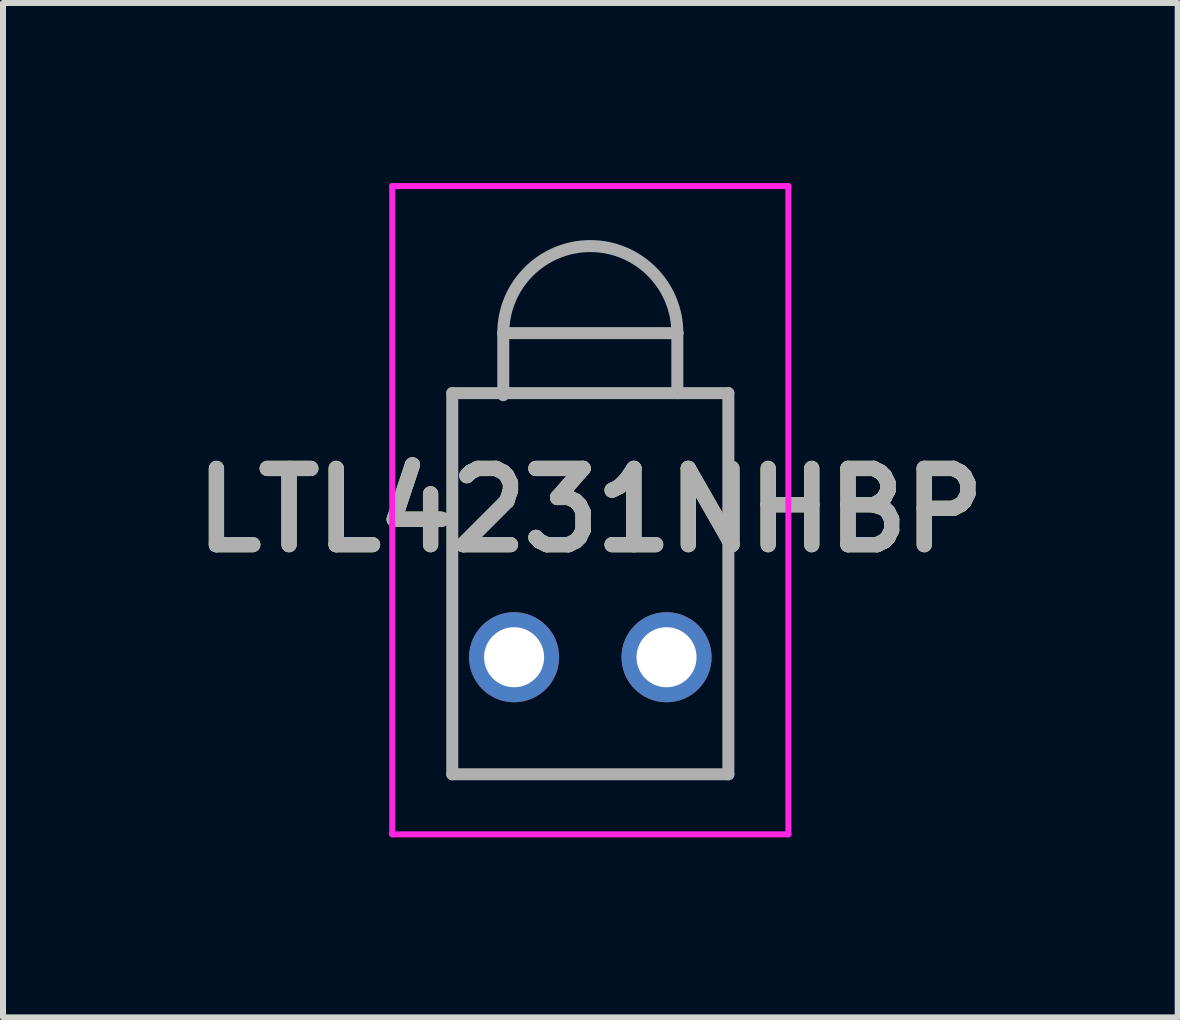
<source format=kicad_pcb>
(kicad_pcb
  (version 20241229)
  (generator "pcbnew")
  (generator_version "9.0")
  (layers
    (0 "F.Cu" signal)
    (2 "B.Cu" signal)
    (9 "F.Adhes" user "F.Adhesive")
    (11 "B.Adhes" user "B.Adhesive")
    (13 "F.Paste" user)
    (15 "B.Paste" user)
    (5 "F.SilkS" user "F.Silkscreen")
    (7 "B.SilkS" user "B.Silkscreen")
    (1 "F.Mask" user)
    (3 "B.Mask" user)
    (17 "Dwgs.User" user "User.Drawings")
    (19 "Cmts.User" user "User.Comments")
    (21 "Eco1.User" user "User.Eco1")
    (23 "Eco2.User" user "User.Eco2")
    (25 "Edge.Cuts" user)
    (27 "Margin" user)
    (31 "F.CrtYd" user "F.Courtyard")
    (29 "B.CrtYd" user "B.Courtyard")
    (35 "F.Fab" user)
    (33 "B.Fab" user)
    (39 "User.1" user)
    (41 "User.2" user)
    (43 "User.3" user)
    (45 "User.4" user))
  (footprint "LTL4231NHBP"
    (layer "F.Cu")
    (at 5.515 7.9)
    (property "Reference" "LTL4231NHBP" (at 1.27 -2.45 0) (layer "F.SilkS") (effects (font (size 1.27 1.27) (thickness 0.254))))
    (attr through_hole)
    (fp_line (start -1.03 -4.4) (end 3.57 -4.4) (stroke (width 0.1) (type solid)) (layer "F.SilkS"))
    (fp_line (start -1.03 1.95) (end -1.03 -4.4) (stroke (width 0.1) (type solid)) (layer "F.SilkS"))
    (fp_line (start 3.57 -4.4) (end 3.57 1.95) (stroke (width 0.1) (type solid)) (layer "F.SilkS"))
    (fp_line (start 3.57 1.95) (end -1.03 1.95) (stroke (width 0.1) (type solid)) (layer "F.SilkS"))
    (fp_line (start -2.03 -7.85) (end 4.57 -7.85) (stroke (width 0.1) (type solid)) (layer "F.CrtYd"))
    (fp_line (start -2.03 2.95) (end -2.03 -7.85) (stroke (width 0.1) (type solid)) (layer "F.CrtYd"))
    (fp_line (start 4.57 -7.85) (end 4.57 2.95) (stroke (width 0.1) (type solid)) (layer "F.CrtYd"))
    (fp_line (start 4.57 2.95) (end -2.03 2.95) (stroke (width 0.1) (type solid)) (layer "F.CrtYd"))
    (fp_line (start -1.03 -4.4) (end 3.57 -4.4) (stroke (width 0.2) (type solid)) (layer "F.Fab"))
    (fp_line (start -1.03 1.95) (end -1.03 -4.4) (stroke (width 0.2) (type solid)) (layer "F.Fab"))
    (fp_line (start -0.18 -5.4) (end -0.18 -4.366) (stroke (width 0.2) (type solid)) (layer "F.Fab"))
    (fp_line (start -0.18 -5.4) (end 2.72 -5.4) (stroke (width 0.2) (type solid)) (layer "F.Fab"))
    (fp_line (start 2.72 -5.4) (end 2.72 -5.4) (stroke (width 0.2) (type solid)) (layer "F.Fab"))
    (fp_line (start 2.72 -5.4) (end 2.72 -4.4) (stroke (width 0.2) (type solid)) (layer "F.Fab"))
    (fp_line (start 3.57 -4.4) (end 3.57 1.95) (stroke (width 0.2) (type solid)) (layer "F.Fab"))
    (fp_line (start 3.57 1.95) (end -1.03 1.95) (stroke (width 0.2) (type solid)) (layer "F.Fab"))
    (fp_arc (start -0.18 -5.4) (mid 1.27 -6.85) (end 2.72 -5.4) (stroke (width 0.2) (type solid)) (layer "F.Fab"))
    (fp_text user "${REFERENCE}" (at 1.27 -2.45 0) (layer "F.Fab") (effects (font (size 1.27 1.27) (thickness 0.254))))
    (pad "1" thru_hole circle (at 0 0) (size 1.5 1.5) (drill 1) (layers "*.Cu" "*.Mask"))
    (pad "2" thru_hole circle (at 2.54 0) (size 1.5 1.5) (drill 1) (layers "*.Cu" "*.Mask")))
  (gr_rect
    (start -3 -3)
    (end 16.571 13.9)
    (stroke (width 0.1) (type default))
    (fill no)
    (layer "Edge.Cuts")))
</source>
